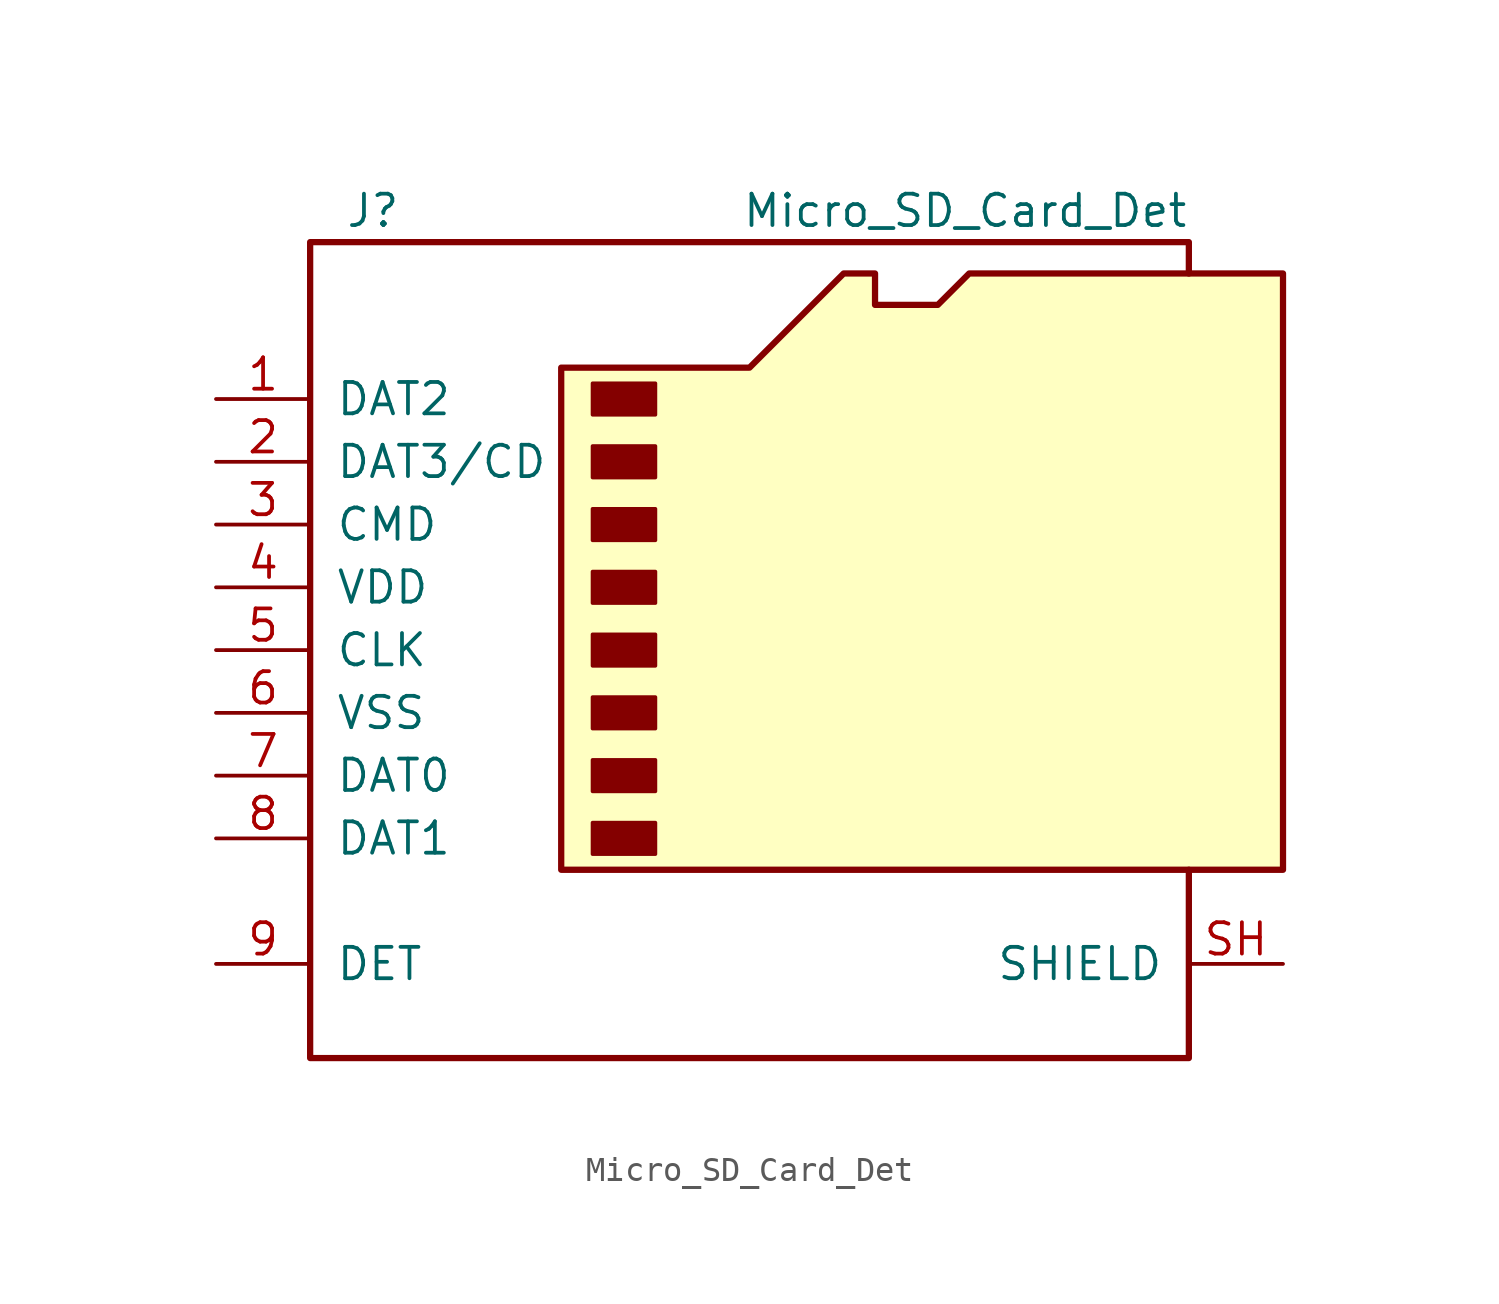
<source format=kicad_sym>
(kicad_symbol_lib
  (version 20211014)
  (generator kicad_symbol_editor)
  (symbol "Micro_SD_Card_Det"
    (pin_names
      (offset 1.016))
    (property "Reference" "J"
      (at -16.51 17.78 0)
      (effects (font (size 1.27 1.27))))
    (property "Value" "Micro_SD_Card_Det"
      (at 16.51 17.78 0)
      (effects (font (size 1.27 1.27)) (justify right)))
    (symbol "Micro_SD_Card_Det_0_1"
      (rectangle (start -7.62 -6.985) (end -5.08 -8.255) (stroke (width 0) (type default) (color 0 0 0 0)) (fill (type outline)))
      (rectangle (start -7.62 -4.445) (end -5.08 -5.715) (stroke (width 0) (type default) (color 0 0 0 0)) (fill (type outline)))
      (rectangle (start -7.62 -1.905) (end -5.08 -3.175) (stroke (width 0) (type default) (color 0 0 0 0)) (fill (type outline)))
      (rectangle (start -7.62 0.635) (end -5.08 -0.635) (stroke (width 0) (type default) (color 0 0 0 0)) (fill (type outline)))
      (rectangle (start -7.62 3.175) (end -5.08 1.905) (stroke (width 0) (type default) (color 0 0 0 0)) (fill (type outline)))
      (rectangle (start -7.62 5.715) (end -5.08 4.445) (stroke (width 0) (type default) (color 0 0 0 0)) (fill (type outline)))
      (rectangle (start -7.62 8.255) (end -5.08 6.985) (stroke (width 0) (type default) (color 0 0 0 0)) (fill (type outline)))
      (rectangle (start -7.62 10.795) (end -5.08 9.525) (stroke (width 0) (type default) (color 0 0 0 0)) (fill (type outline)))
      (polyline (pts (xy 16.51 15.24) (xy 16.51 16.51) (xy -19.05 16.51) (xy -19.05 -16.51) (xy 16.51 -16.51) (xy 16.51 -8.89)) (stroke (width 0.254) (type default) (color 0 0 0 0)) (fill (type none)))
      (polyline (pts (xy -8.89 -8.89) (xy -8.89 11.43) (xy -1.27 11.43) (xy 2.54 15.24) (xy 3.81 15.24) (xy 3.81 13.97) (xy 6.35 13.97) (xy 7.62 15.24) (xy 20.32 15.24) (xy 20.32 -8.89) (xy -8.89 -8.89)) (stroke (width 0.254) (type default) (color 0 0 0 0)) (fill (type background))))
    (symbol "Micro_SD_Card_Det_1_1"
      (pin bidirectional line (at -22.86 10.16 0) (length 3.81) (name "DAT2" (effects (font (size 1.27 1.27)))) (number "1" (effects (font (size 1.27 1.27)))))
      (pin bidirectional line (at -22.86 7.62 0) (length 3.81) (name "DAT3/CD" (effects (font (size 1.27 1.27)))) (number "2" (effects (font (size 1.27 1.27)))))
      (pin input line (at -22.86 5.08 0) (length 3.81) (name "CMD" (effects (font (size 1.27 1.27)))) (number "3" (effects (font (size 1.27 1.27)))))
      (pin power_in line (at -22.86 2.54 0) (length 3.81) (name "VDD" (effects (font (size 1.27 1.27)))) (number "4" (effects (font (size 1.27 1.27)))))
      (pin input line (at -22.86 0 0) (length 3.81) (name "CLK" (effects (font (size 1.27 1.27)))) (number "5" (effects (font (size 1.27 1.27)))))
      (pin power_in line (at -22.86 -2.54 0) (length 3.81) (name "VSS" (effects (font (size 1.27 1.27)))) (number "6" (effects (font (size 1.27 1.27)))))
      (pin bidirectional line (at -22.86 -5.08 0) (length 3.81) (name "DAT0" (effects (font (size 1.27 1.27)))) (number "7" (effects (font (size 1.27 1.27)))))
      (pin bidirectional line (at -22.86 -7.62 0) (length 3.81) (name "DAT1" (effects (font (size 1.27 1.27)))) (number "8" (effects (font (size 1.27 1.27)))))
      (pin passive line (at -22.86 -12.7 0) (length 3.81) (name "DET" (effects (font (size 1.27 1.27)))) (number "9" (effects (font (size 1.27 1.27)))))
      (pin passive line (at 20.32 -12.7 180) (length 3.81) (name "SHIELD" (effects (font (size 1.27 1.27)))) (number "SH" (effects (font (size 1.27 1.27))))))))
</source>
